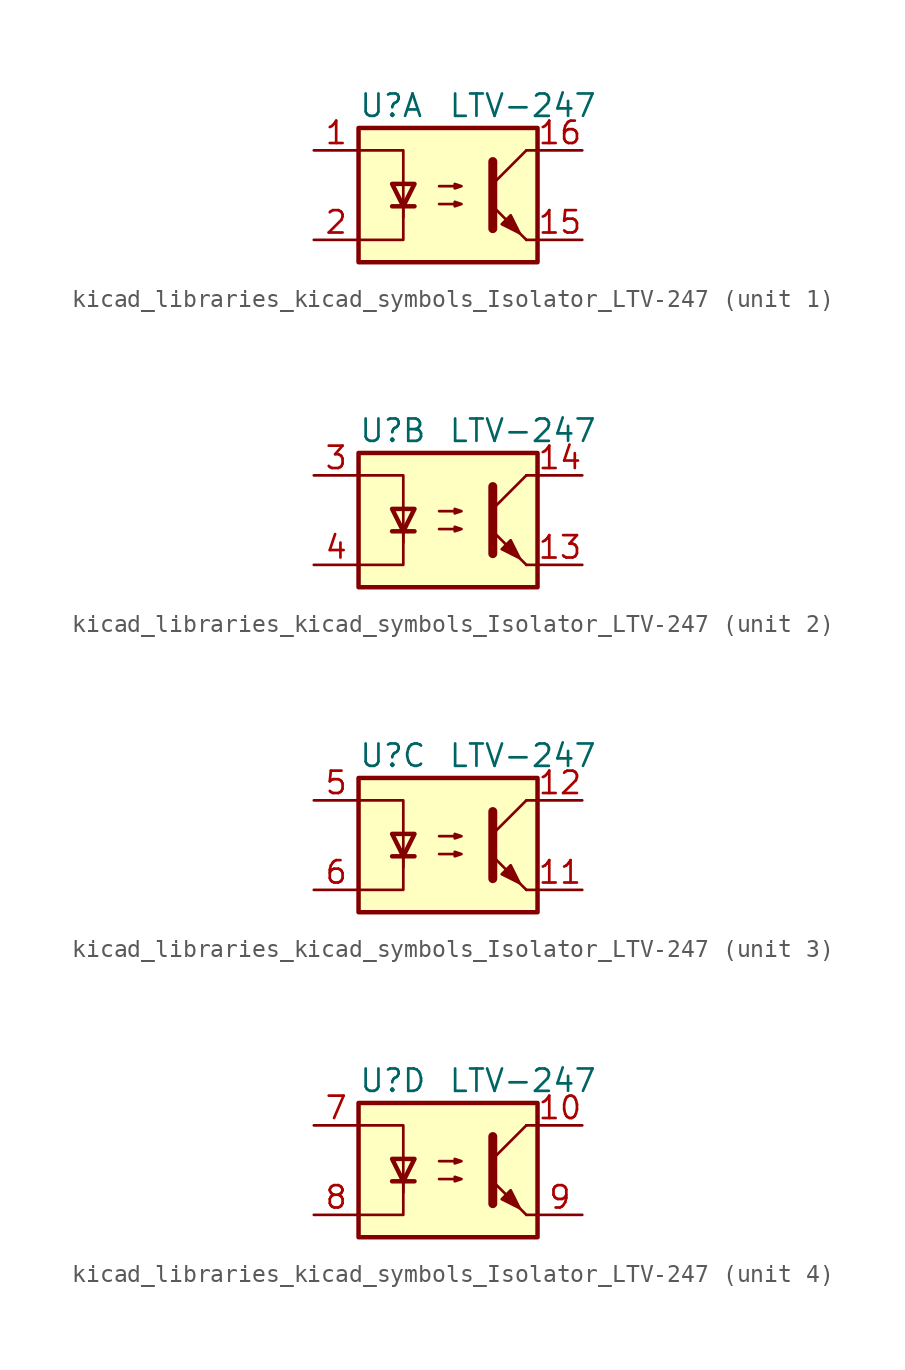
<source format=kicad_sym>
(kicad_symbol_lib
  (version 20220914)
  (generator kicad_symbol_editor)
  (symbol "kicad_libraries_kicad_symbols_Isolator_LTV-247"
    (property "Reference" "U"
      (at -5.08 5.08 0)
      (effects (font (size 1.27 1.27)) (justify left)))
    (property "Value" "LTV-247"
      (at 0 5.08 0)
      (effects (font (size 1.27 1.27)) (justify left)))
    (symbol "kicad_libraries_kicad_symbols_Isolator_LTV-247_0_1"
      (rectangle (start -5.08 3.81) (end 5.08 -3.81) (stroke (width 0.254) (type default)) (fill (type background)))
      (polyline (pts (xy -3.175 -0.635) (xy -1.905 -0.635)) (stroke (width 0.254) (type default)) (fill (type none)))
      (polyline (pts (xy 2.54 0.635) (xy 4.445 2.54)) (stroke (width 0) (type default)) (fill (type none)))
      (polyline (pts (xy 4.445 -2.54) (xy 2.54 -0.635)) (stroke (width 0) (type default)) (fill (type outline)))
      (polyline (pts (xy 4.445 -2.54) (xy 5.08 -2.54)) (stroke (width 0) (type default)) (fill (type none)))
      (polyline (pts (xy 4.445 2.54) (xy 5.08 2.54)) (stroke (width 0) (type default)) (fill (type none)))
      (polyline (pts (xy -2.54 -0.635) (xy -2.54 -2.54) (xy -5.08 -2.54)) (stroke (width 0) (type default)) (fill (type none)))
      (polyline (pts (xy 2.54 1.905) (xy 2.54 -1.905) (xy 2.54 -1.905)) (stroke (width 0.508) (type default)) (fill (type none)))
      (polyline (pts (xy -5.08 2.54) (xy -2.54 2.54) (xy -2.54 -1.27) (xy -2.54 0.635)) (stroke (width 0) (type default)) (fill (type none)))
      (polyline (pts (xy -2.54 -0.635) (xy -3.175 0.635) (xy -1.905 0.635) (xy -2.54 -0.635)) (stroke (width 0.254) (type default)) (fill (type none)))
      (polyline (pts (xy -0.508 -0.508) (xy 0.762 -0.508) (xy 0.381 -0.635) (xy 0.381 -0.381) (xy 0.762 -0.508)) (stroke (width 0) (type default)) (fill (type none)))
      (polyline (pts (xy -0.508 0.508) (xy 0.762 0.508) (xy 0.381 0.381) (xy 0.381 0.635) (xy 0.762 0.508)) (stroke (width 0) (type default)) (fill (type none)))
      (polyline (pts (xy 3.048 -1.651) (xy 3.556 -1.143) (xy 4.064 -2.159) (xy 3.048 -1.651) (xy 3.048 -1.651)) (stroke (width 0) (type default)) (fill (type outline))))
    (symbol "kicad_libraries_kicad_symbols_Isolator_LTV-247_1_1"
      (pin passive line (at -7.62 2.54 0) (length 2.54) (name "~" (effects (font (size 1.27 1.27)))) (number "1" (effects (font (size 1.27 1.27)))))
      (pin passive line (at 7.62 -2.54 180) (length 2.54) (name "~" (effects (font (size 1.27 1.27)))) (number "15" (effects (font (size 1.27 1.27)))))
      (pin passive line (at 7.62 2.54 180) (length 2.54) (name "~" (effects (font (size 1.27 1.27)))) (number "16" (effects (font (size 1.27 1.27)))))
      (pin passive line (at -7.62 -2.54 0) (length 2.54) (name "~" (effects (font (size 1.27 1.27)))) (number "2" (effects (font (size 1.27 1.27))))))
    (symbol "kicad_libraries_kicad_symbols_Isolator_LTV-247_2_1"
      (pin passive line (at 7.62 -2.54 180) (length 2.54) (name "~" (effects (font (size 1.27 1.27)))) (number "13" (effects (font (size 1.27 1.27)))))
      (pin passive line (at 7.62 2.54 180) (length 2.54) (name "~" (effects (font (size 1.27 1.27)))) (number "14" (effects (font (size 1.27 1.27)))))
      (pin passive line (at -7.62 2.54 0) (length 2.54) (name "~" (effects (font (size 1.27 1.27)))) (number "3" (effects (font (size 1.27 1.27)))))
      (pin passive line (at -7.62 -2.54 0) (length 2.54) (name "~" (effects (font (size 1.27 1.27)))) (number "4" (effects (font (size 1.27 1.27))))))
    (symbol "kicad_libraries_kicad_symbols_Isolator_LTV-247_3_1"
      (pin passive line (at 7.62 -2.54 180) (length 2.54) (name "~" (effects (font (size 1.27 1.27)))) (number "11" (effects (font (size 1.27 1.27)))))
      (pin passive line (at 7.62 2.54 180) (length 2.54) (name "~" (effects (font (size 1.27 1.27)))) (number "12" (effects (font (size 1.27 1.27)))))
      (pin passive line (at -7.62 2.54 0) (length 2.54) (name "~" (effects (font (size 1.27 1.27)))) (number "5" (effects (font (size 1.27 1.27)))))
      (pin passive line (at -7.62 -2.54 0) (length 2.54) (name "~" (effects (font (size 1.27 1.27)))) (number "6" (effects (font (size 1.27 1.27))))))
    (symbol "kicad_libraries_kicad_symbols_Isolator_LTV-247_4_1"
      (pin passive line (at 7.62 2.54 180) (length 2.54) (name "~" (effects (font (size 1.27 1.27)))) (number "10" (effects (font (size 1.27 1.27)))))
      (pin passive line (at -7.62 2.54 0) (length 2.54) (name "~" (effects (font (size 1.27 1.27)))) (number "7" (effects (font (size 1.27 1.27)))))
      (pin passive line (at -7.62 -2.54 0) (length 2.54) (name "~" (effects (font (size 1.27 1.27)))) (number "8" (effects (font (size 1.27 1.27)))))
      (pin passive line (at 7.62 -2.54 180) (length 2.54) (name "~" (effects (font (size 1.27 1.27)))) (number "9" (effects (font (size 1.27 1.27))))))))
</source>
